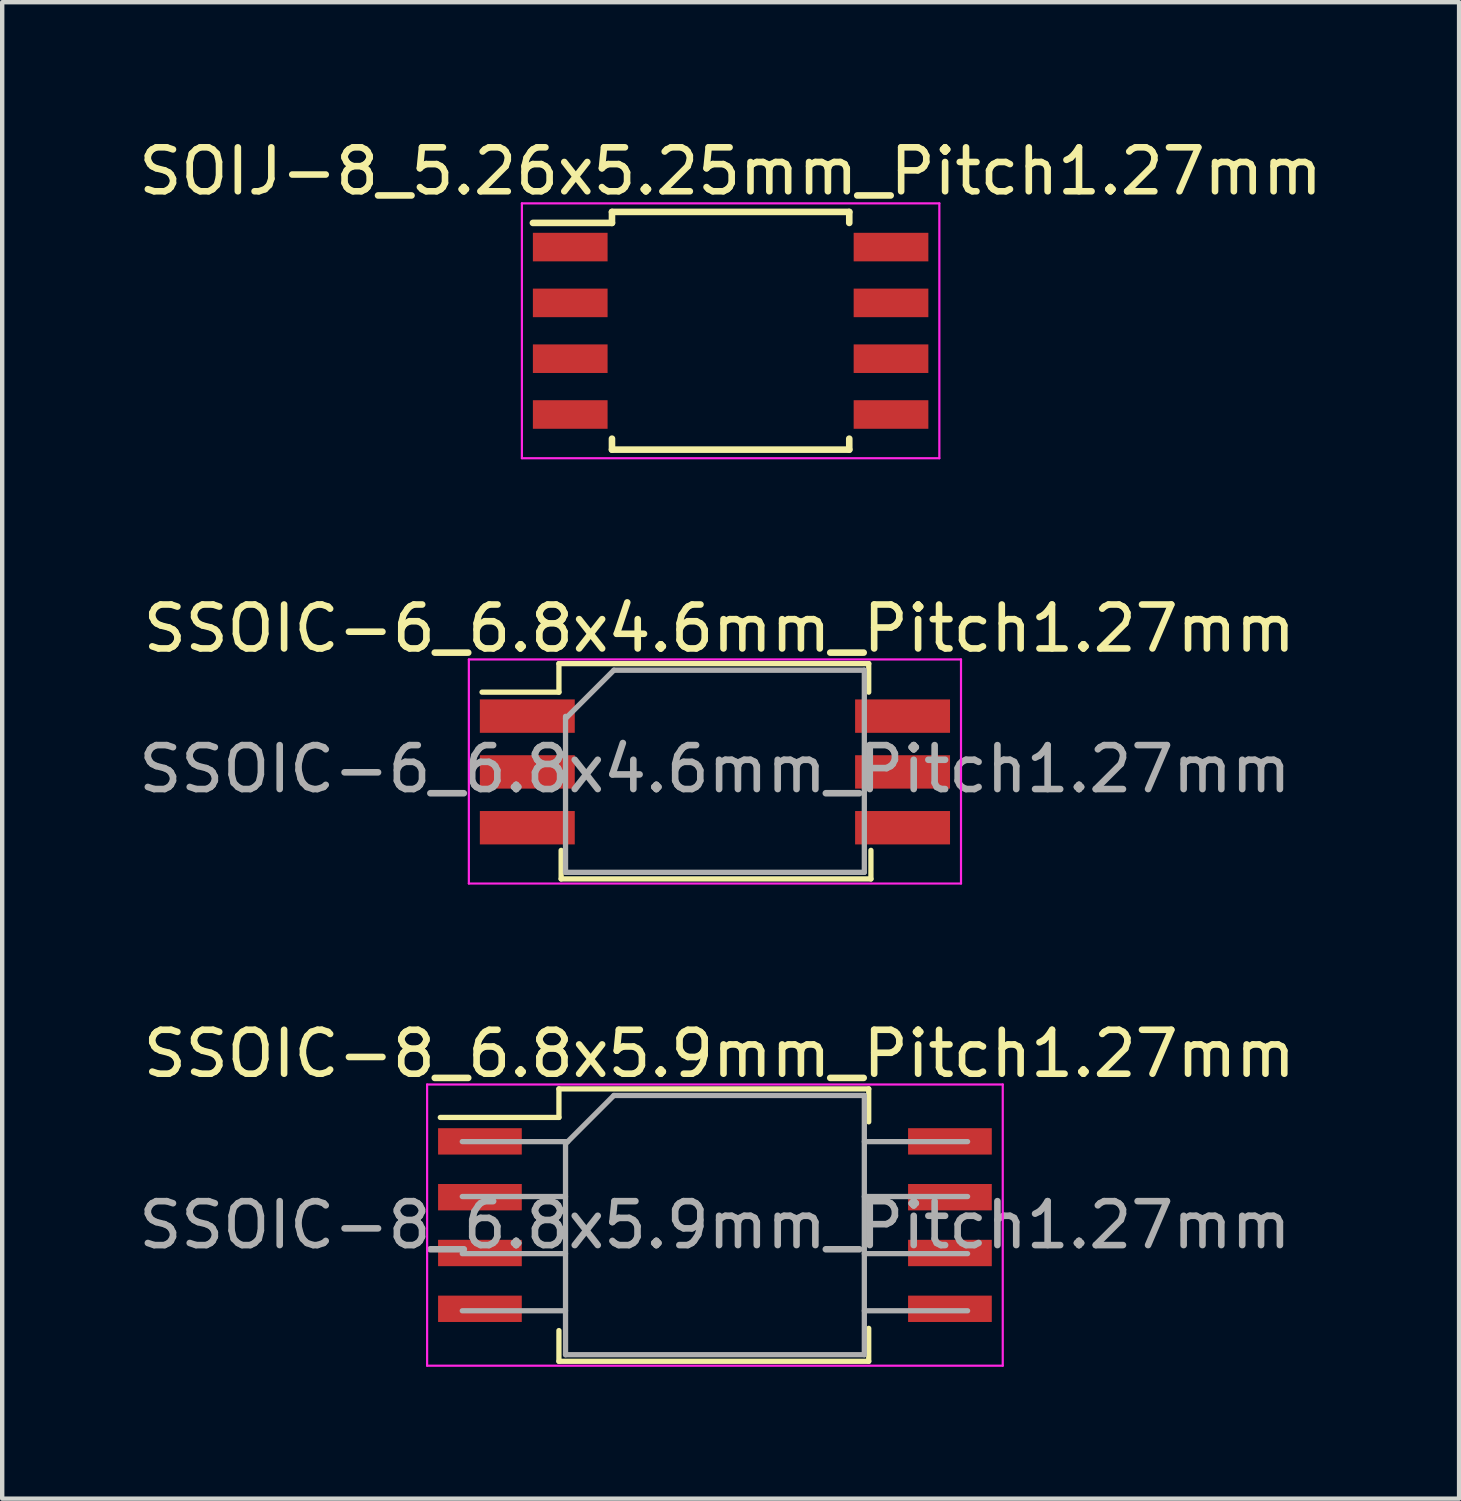
<source format=kicad_pcb>
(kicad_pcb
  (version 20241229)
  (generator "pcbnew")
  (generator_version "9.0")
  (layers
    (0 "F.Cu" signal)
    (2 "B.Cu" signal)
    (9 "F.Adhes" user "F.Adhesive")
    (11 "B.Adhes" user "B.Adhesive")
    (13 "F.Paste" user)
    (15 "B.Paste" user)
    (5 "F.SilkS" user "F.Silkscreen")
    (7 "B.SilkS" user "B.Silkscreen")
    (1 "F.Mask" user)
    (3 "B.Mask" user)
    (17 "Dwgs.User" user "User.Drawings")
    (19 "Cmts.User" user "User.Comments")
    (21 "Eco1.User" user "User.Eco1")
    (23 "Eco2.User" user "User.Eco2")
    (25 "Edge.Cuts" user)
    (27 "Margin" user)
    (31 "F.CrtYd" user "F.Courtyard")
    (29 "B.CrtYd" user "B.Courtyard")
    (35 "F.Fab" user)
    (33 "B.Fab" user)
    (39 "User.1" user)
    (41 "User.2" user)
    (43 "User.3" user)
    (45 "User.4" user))
  (footprint "SSOIC-8_6.8x5.9mm_Pitch1.27mm"
    (layer "F.Cu")
    (at 13.22 24.83)
    (property "Reference" "SSOIC-8_6.8x5.9mm_Pitch1.27mm" (at 0.1 -3.9 0) (layer "F.SilkS") (effects (font (size 1 1) (thickness 0.15))))
    (attr smd)
    (fp_line (start -3.55 -3.1) (end -3.55 -2.45) (stroke (width 0.12) (type solid)) (layer "F.SilkS"))
    (fp_line (start -3.55 -2.45) (end -6.25 -2.45) (stroke (width 0.12) (type solid)) (layer "F.SilkS"))
    (fp_line (start -3.55 2.4) (end -3.55 3.1) (stroke (width 0.12) (type solid)) (layer "F.SilkS"))
    (fp_line (start -3.55 3.1) (end 3.5 3.1) (stroke (width 0.12) (type solid)) (layer "F.SilkS"))
    (fp_line (start 3.5 -3.1) (end -3.55 -3.1) (stroke (width 0.12) (type solid)) (layer "F.SilkS"))
    (fp_line (start 3.5 -2.35) (end 3.5 -3.1) (stroke (width 0.12) (type solid)) (layer "F.SilkS"))
    (fp_line (start 3.5 3.1) (end 3.5 2.35) (stroke (width 0.12) (type solid)) (layer "F.SilkS"))
    (fp_line (start -6.55 -3.2) (end -6.55 3.2) (stroke (width 0.05) (type solid)) (layer "F.CrtYd"))
    (fp_line (start -6.55 -3.2) (end 6.55 -3.2) (stroke (width 0.05) (type solid)) (layer "F.CrtYd"))
    (fp_line (start 6.55 3.2) (end -6.55 3.2) (stroke (width 0.05) (type solid)) (layer "F.CrtYd"))
    (fp_line (start 6.55 3.2) (end 6.55 -3.2) (stroke (width 0.05) (type solid)) (layer "F.CrtYd"))
    (fp_line (start -5.75 -1.9) (end -3.35 -1.9) (stroke (width 0.12) (type solid)) (layer "F.Fab"))
    (fp_line (start -5.75 -0.65) (end -3.4 -0.65) (stroke (width 0.12) (type solid)) (layer "F.Fab"))
    (fp_line (start -5.75 1.95) (end -3.4 1.95) (stroke (width 0.12) (type solid)) (layer "F.Fab"))
    (fp_line (start -3.4 -1.85) (end -3.4 2.95) (stroke (width 0.12) (type solid)) (layer "F.Fab"))
    (fp_line (start -3.4 0.65) (end -5.75 0.65) (stroke (width 0.12) (type solid)) (layer "F.Fab"))
    (fp_line (start -3.4 2.95) (end 3.4 2.95) (stroke (width 0.12) (type solid)) (layer "F.Fab"))
    (fp_line (start -2.3 -2.95) (end -3.4 -1.85) (stroke (width 0.12) (type solid)) (layer "F.Fab"))
    (fp_line (start 3.4 -2.95) (end -2.3 -2.95) (stroke (width 0.12) (type solid)) (layer "F.Fab"))
    (fp_line (start 3.4 2.95) (end 3.4 -2.95) (stroke (width 0.12) (type solid)) (layer "F.Fab"))
    (fp_line (start 5.75 -1.9) (end 3.4 -1.9) (stroke (width 0.12) (type solid)) (layer "F.Fab"))
    (fp_line (start 5.75 -0.65) (end 3.4 -0.65) (stroke (width 0.12) (type solid)) (layer "F.Fab"))
    (fp_line (start 5.75 0.65) (end 3.4 0.65) (stroke (width 0.12) (type solid)) (layer "F.Fab"))
    (fp_line (start 5.75 1.95) (end 3.4 1.95) (stroke (width 0.12) (type solid)) (layer "F.Fab"))
    (fp_text user "${REFERENCE}" (at 0 0 0) (layer "F.Fab") (effects (font (size 1 1) (thickness 0.15))))
    (pad "1" smd rect (at -5.348 -1.905) (size 1.905 0.6) (layers "F.Cu" "F.Mask" "F.Paste"))
    (pad "2" smd rect (at -5.348 -0.635) (size 1.905 0.6) (layers "F.Cu" "F.Mask" "F.Paste"))
    (pad "3" smd rect (at -5.348 0.635) (size 1.905 0.6) (layers "F.Cu" "F.Mask" "F.Paste"))
    (pad "4" smd rect (at -5.348 1.905) (size 1.905 0.6) (layers "F.Cu" "F.Mask" "F.Paste"))
    (pad "5" smd rect (at 5.348 1.905) (size 1.905 0.6) (layers "F.Cu" "F.Mask" "F.Paste"))
    (pad "6" smd rect (at 5.348 0.635) (size 1.905 0.6) (layers "F.Cu" "F.Mask" "F.Paste"))
    (pad "7" smd rect (at 5.348 -0.635) (size 1.905 0.6) (layers "F.Cu" "F.Mask" "F.Paste"))
    (pad "8" smd rect (at 5.348 -1.905) (size 1.905 0.6) (layers "F.Cu" "F.Mask" "F.Paste")))
  (footprint "SOIJ-8_5.26x5.25mm_Pitch1.27mm"
    (layer "F.Cu")
    (at 13.577 4.478)
    (property "Reference" "SOIJ-8_5.26x5.25mm_Pitch1.27mm" (at 0 -3.63 0) (layer "F.SilkS") (effects (font (size 1 1) (thickness 0.15))))
    (attr smd)
    (fp_line (start -2.7 -2.705) (end -2.7 -2.455) (stroke (width 0.15) (type solid)) (layer "F.SilkS"))
    (fp_line (start -2.7 -2.705) (end 2.7 -2.705) (stroke (width 0.15) (type solid)) (layer "F.SilkS"))
    (fp_line (start -2.7 -2.455) (end -4.5 -2.455) (stroke (width 0.15) (type solid)) (layer "F.SilkS"))
    (fp_line (start -2.7 2.705) (end -2.7 2.455) (stroke (width 0.15) (type solid)) (layer "F.SilkS"))
    (fp_line (start -2.7 2.705) (end 2.7 2.705) (stroke (width 0.15) (type solid)) (layer "F.SilkS"))
    (fp_line (start 2.7 -2.705) (end 2.7 -2.455) (stroke (width 0.15) (type solid)) (layer "F.SilkS"))
    (fp_line (start 2.7 2.705) (end 2.7 2.455) (stroke (width 0.15) (type solid)) (layer "F.SilkS"))
    (fp_line (start -4.75 -2.9) (end -4.75 2.9) (stroke (width 0.05) (type solid)) (layer "F.CrtYd"))
    (fp_line (start -4.75 -2.9) (end 4.75 -2.9) (stroke (width 0.05) (type solid)) (layer "F.CrtYd"))
    (fp_line (start -4.75 2.9) (end 4.75 2.9) (stroke (width 0.05) (type solid)) (layer "F.CrtYd"))
    (fp_line (start 4.75 -2.9) (end 4.75 2.9) (stroke (width 0.05) (type solid)) (layer "F.CrtYd"))
    (pad "1" smd rect (at -3.65 -1.905) (size 1.7 0.65) (layers "F.Cu" "F.Mask" "F.Paste"))
    (pad "2" smd rect (at -3.65 -0.635) (size 1.7 0.65) (layers "F.Cu" "F.Mask" "F.Paste"))
    (pad "3" smd rect (at -3.65 0.635) (size 1.7 0.65) (layers "F.Cu" "F.Mask" "F.Paste"))
    (pad "4" smd rect (at -3.65 1.905) (size 1.7 0.65) (layers "F.Cu" "F.Mask" "F.Paste"))
    (pad "5" smd rect (at 3.65 1.905) (size 1.7 0.65) (layers "F.Cu" "F.Mask" "F.Paste"))
    (pad "6" smd rect (at 3.65 0.635) (size 1.7 0.65) (layers "F.Cu" "F.Mask" "F.Paste"))
    (pad "7" smd rect (at 3.65 -0.635) (size 1.7 0.65) (layers "F.Cu" "F.Mask" "F.Paste"))
    (pad "8" smd rect (at 3.65 -1.905) (size 1.7 0.65) (layers "F.Cu" "F.Mask" "F.Paste")))
  (footprint "SSOIC-6_6.8x4.6mm_Pitch1.27mm"
    (layer "F.Cu")
    (at 13.22 14.517)
    (property "Reference" "SSOIC-6_6.8x4.6mm_Pitch1.27mm" (at 0.1 -3.265 0) (layer "F.SilkS") (effects (font (size 1 1) (thickness 0.15))))
    (attr smd)
    (fp_line (start -5.3 -1.815) (end -3.55 -1.815) (stroke (width 0.12) (type solid)) (layer "F.SilkS"))
    (fp_line (start -3.55 -2.465) (end -3.55 -1.815) (stroke (width 0.12) (type solid)) (layer "F.SilkS"))
    (fp_line (start -3.5 1.785) (end -3.5 2.435) (stroke (width 0.12) (type solid)) (layer "F.SilkS"))
    (fp_line (start -3.5 2.435) (end 3.55 2.435) (stroke (width 0.12) (type solid)) (layer "F.SilkS"))
    (fp_line (start 3.5 -2.465) (end -3.55 -2.465) (stroke (width 0.12) (type solid)) (layer "F.SilkS"))
    (fp_line (start 3.5 -2.465) (end 3.5 -1.815) (stroke (width 0.12) (type solid)) (layer "F.SilkS"))
    (fp_line (start 3.55 1.785) (end 3.55 2.435) (stroke (width 0.12) (type solid)) (layer "F.SilkS"))
    (fp_line (start -5.6 -2.56) (end -5.6 2.54) (stroke (width 0.05) (type solid)) (layer "F.CrtYd"))
    (fp_line (start -5.6 -2.56) (end 5.6 -2.56) (stroke (width 0.05) (type solid)) (layer "F.CrtYd"))
    (fp_line (start 5.6 2.54) (end -5.6 2.54) (stroke (width 0.05) (type solid)) (layer "F.CrtYd"))
    (fp_line (start 5.6 2.54) (end 5.6 -2.56) (stroke (width 0.05) (type solid)) (layer "F.CrtYd"))
    (fp_line (start -3.4 2.285) (end -3.4 -1.265) (stroke (width 0.12) (type solid)) (layer "F.Fab"))
    (fp_line (start -2.3 -2.315) (end -3.4 -1.215) (stroke (width 0.12) (type solid)) (layer "F.Fab"))
    (fp_line (start 3.4 -2.315) (end -2.3 -2.315) (stroke (width 0.12) (type solid)) (layer "F.Fab"))
    (fp_line (start 3.4 -2.315) (end 3.4 2.285) (stroke (width 0.12) (type solid)) (layer "F.Fab"))
    (fp_line (start 3.4 2.285) (end -3.4 2.285) (stroke (width 0.12) (type solid)) (layer "F.Fab"))
    (fp_text user "${REFERENCE}" (at 0 -0.065 0) (layer "F.Fab") (effects (font (size 1 1) (thickness 0.15))))
    (pad "1" smd rect (at -4.27 -1.27) (size 2.16 0.76) (layers "F.Cu" "F.Mask" "F.Paste"))
    (pad "2" smd rect (at -4.27 0) (size 2.16 0.76) (layers "F.Cu" "F.Mask" "F.Paste"))
    (pad "3" smd rect (at -4.27 1.27) (size 2.16 0.76) (layers "F.Cu" "F.Mask" "F.Paste"))
    (pad "4" smd rect (at 4.27 1.27) (size 2.16 0.76) (layers "F.Cu" "F.Mask" "F.Paste"))
    (pad "5" smd rect (at 4.27 0) (size 2.16 0.76) (layers "F.Cu" "F.Mask" "F.Paste"))
    (pad "6" smd rect (at 4.27 -1.27) (size 2.16 0.76) (layers "F.Cu" "F.Mask" "F.Paste")))
  (gr_rect
    (start -3 -3)
    (end 30.155 31.055)
    (stroke (width 0.1) (type default))
    (fill no)
    (layer "Edge.Cuts")))
</source>
